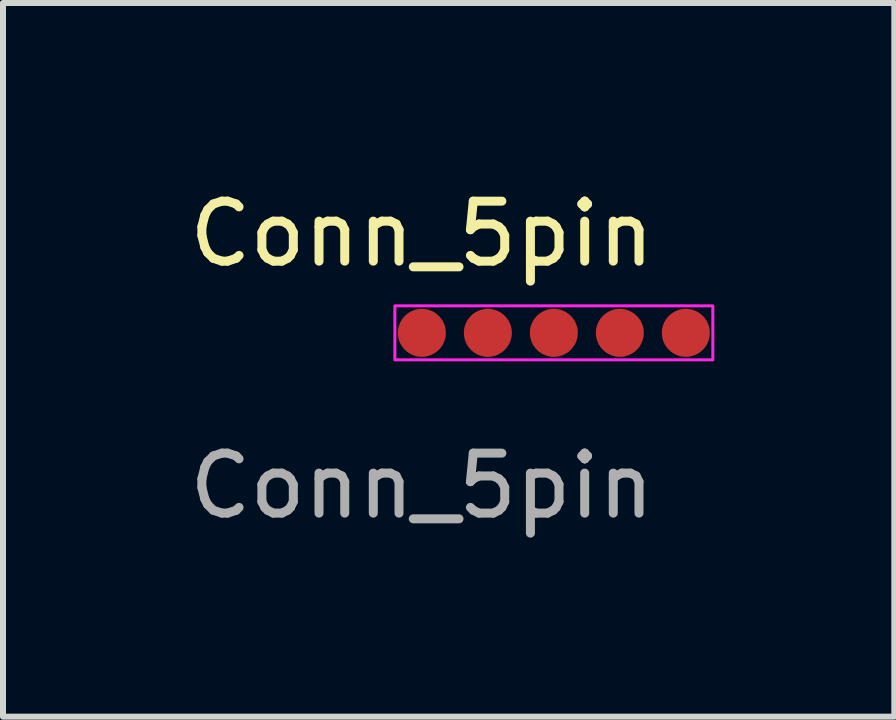
<source format=kicad_pcb>
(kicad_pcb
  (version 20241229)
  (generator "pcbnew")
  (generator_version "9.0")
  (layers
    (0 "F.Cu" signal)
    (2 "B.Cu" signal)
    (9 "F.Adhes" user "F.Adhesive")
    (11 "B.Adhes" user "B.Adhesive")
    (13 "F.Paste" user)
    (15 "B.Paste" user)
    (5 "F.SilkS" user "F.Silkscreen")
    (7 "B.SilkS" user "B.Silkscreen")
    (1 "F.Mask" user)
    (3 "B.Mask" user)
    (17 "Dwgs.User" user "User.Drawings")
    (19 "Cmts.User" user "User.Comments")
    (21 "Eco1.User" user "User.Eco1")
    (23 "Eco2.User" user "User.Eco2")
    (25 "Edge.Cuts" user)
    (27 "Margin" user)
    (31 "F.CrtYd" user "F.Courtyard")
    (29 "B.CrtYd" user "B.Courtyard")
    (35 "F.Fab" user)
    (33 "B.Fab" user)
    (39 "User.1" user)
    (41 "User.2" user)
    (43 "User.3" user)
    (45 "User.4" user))
  (footprint "Conn_5pin"
    (layer "F.Cu")
    (at 3.982 2.548)
    (property "Reference" "Conn_5pin" (at 0 -1.7 0) (unlocked yes) (layer "F.SilkS") (effects (font (size 1 1) (thickness 0.15))))
    (attr smd)
    (fp_rect (start -0.45 -0.5) (end 4.85 0.4) (stroke (width 0.05) (type solid)) (fill no) (layer "F.CrtYd"))
    (fp_text user "${REFERENCE}" (at 0 2.5 0) (unlocked yes) (layer "F.Fab") (effects (font (size 1 1) (thickness 0.15))))
    (pad "1" smd circle (at 0 -0.05) (size 0.8 0.8) (layers "F.Cu" "F.Mask" "F.Paste"))
    (pad "2" smd circle (at 1.1 -0.05) (size 0.8 0.8) (layers "F.Cu" "F.Mask" "F.Paste"))
    (pad "3" smd circle (at 2.2 -0.05) (size 0.8 0.8) (layers "F.Cu" "F.Mask" "F.Paste"))
    (pad "4" smd circle (at 3.3 -0.05) (size 0.8 0.8) (layers "F.Cu" "F.Mask" "F.Paste"))
    (pad "5" smd circle (at 4.4 -0.05) (size 0.8 0.8) (layers "F.Cu" "F.Mask" "F.Paste")))
  (gr_rect
    (start -3 -3)
    (end 11.857 8.896)
    (stroke (width 0.1) (type default))
    (fill no)
    (layer "Edge.Cuts")))
</source>
